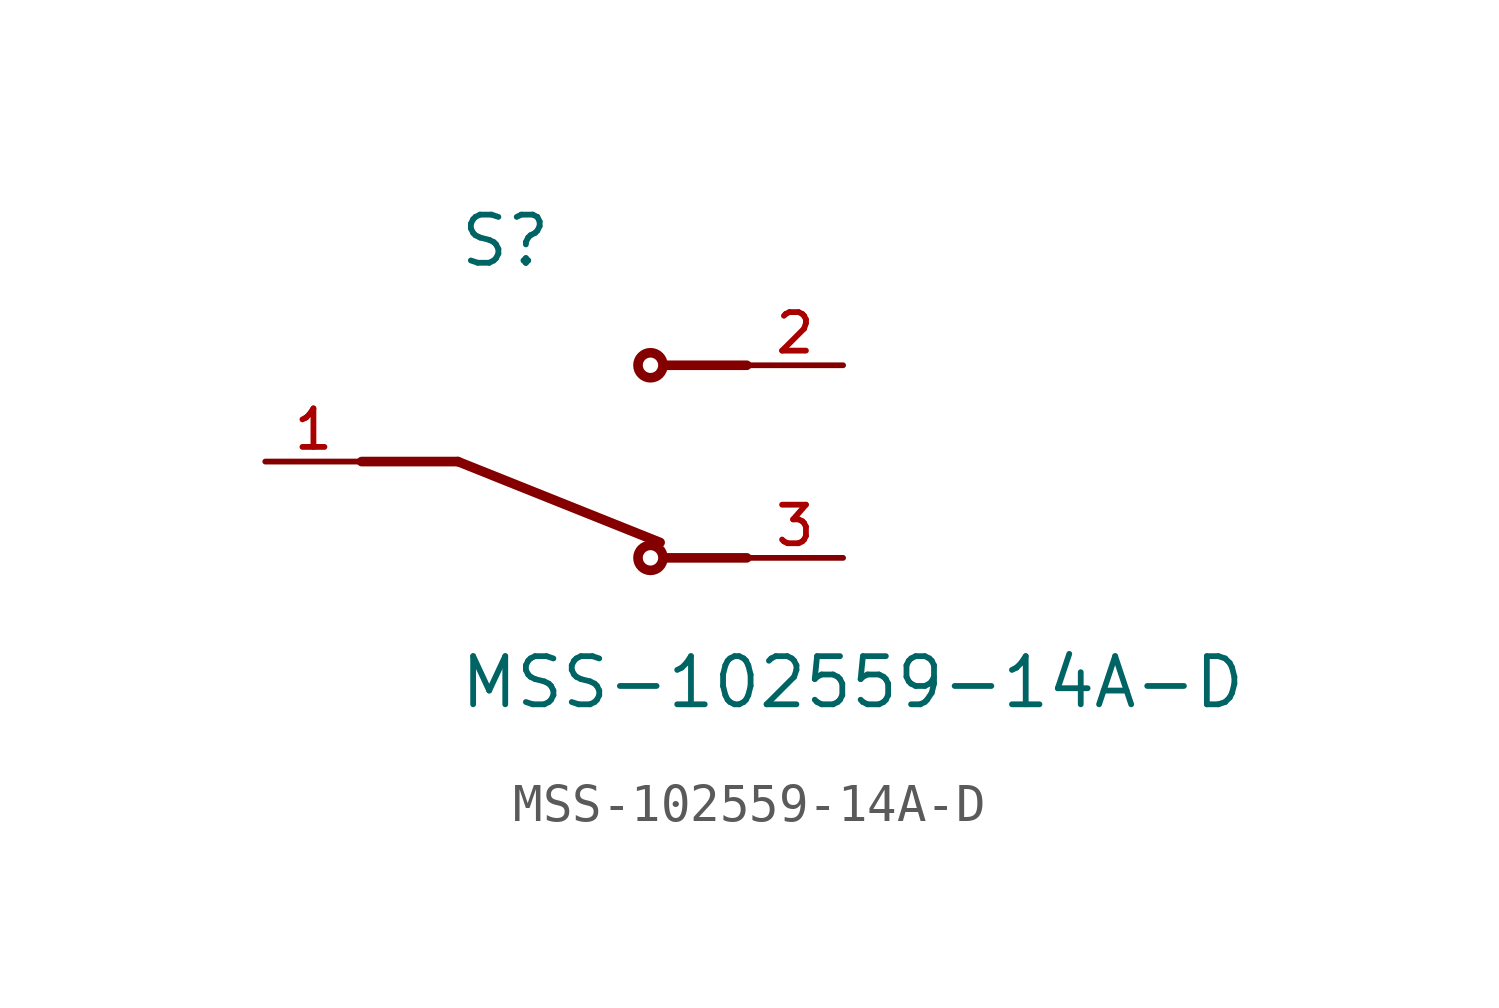
<source format=kicad_sym>
(kicad_symbol_lib
  (version 20211014)
  (generator kicad_symbol_editor)
  (symbol "MSS-102559-14A-D"
    (pin_names
      (offset 1.016))
    (property "Reference" "S"
      (at -2.54 5.08 0)
      (effects (font (size 1.27 1.27)) (justify bottom left)))
    (property "Value" "MSS-102559-14A-D"
      (at -2.54 -5.08 0)
      (effects (font (size 1.27 1.27)) (justify top left)))
    (symbol "MSS-102559-14A-D_0_0"
      (polyline (pts (xy -2.54 0.0) (xy 2.794 -2.134)) (stroke (width 0.254)))
      (circle (center 2.54 2.54) (radius 0.33) (stroke (width 0.254)) (fill (type none)))
      (circle (center 2.54 -2.54) (radius 0.33) (stroke (width 0.254)) (fill (type none)))
      (polyline (pts (xy 5.08 -2.54) (xy 2.921 -2.54)) (stroke (width 0.254)))
      (polyline (pts (xy 5.08 2.54) (xy 2.921 2.54)) (stroke (width 0.254)))
      (polyline (pts (xy -2.54 0.0) (xy -5.08 0.0)) (stroke (width 0.254)))
      (pin passive line (at 7.62 -2.54 180.0) (length 2.54) (name "~" (effects (font (size 1.016 1.016)))) (number "3" (effects (font (size 1.016 1.016)))))
      (pin passive line (at 7.62 2.54 180.0) (length 2.54) (name "~" (effects (font (size 1.016 1.016)))) (number "2" (effects (font (size 1.016 1.016)))))
      (pin passive line (at -7.62 0.0 0) (length 2.54) (name "~" (effects (font (size 1.016 1.016)))) (number "1" (effects (font (size 1.016 1.016))))))))
</source>
